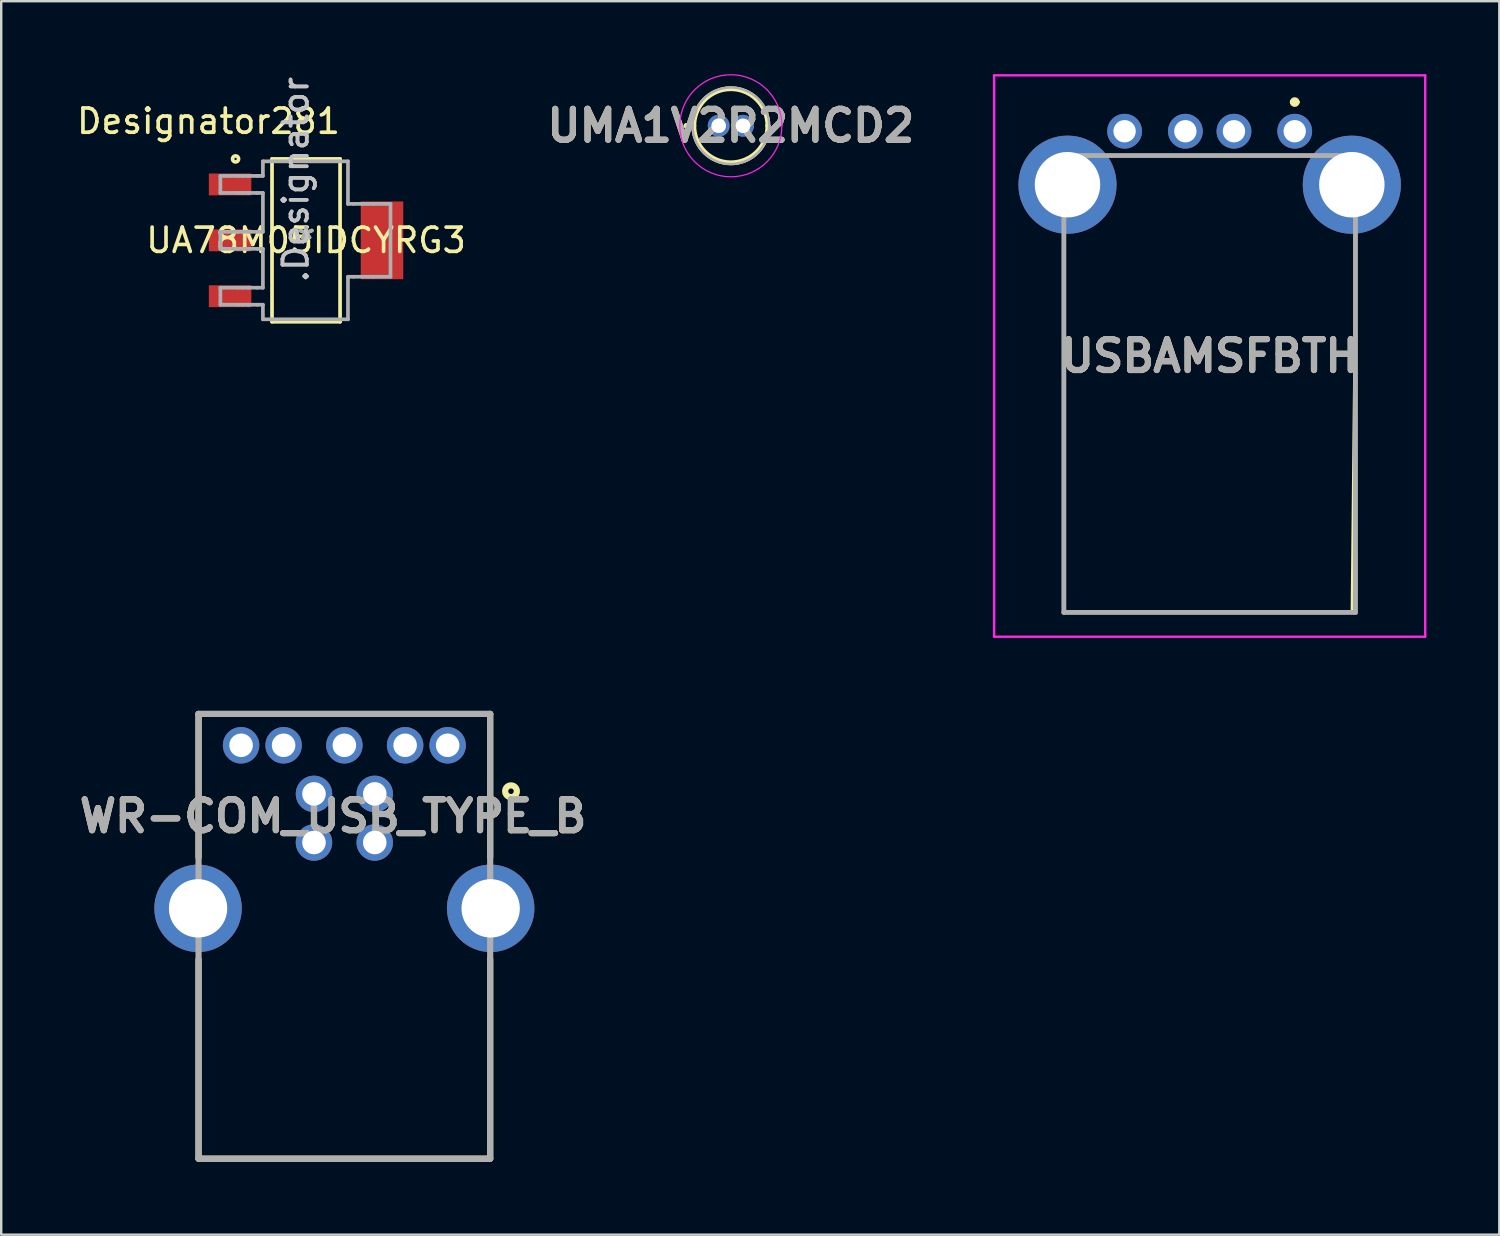
<source format=kicad_pcb>
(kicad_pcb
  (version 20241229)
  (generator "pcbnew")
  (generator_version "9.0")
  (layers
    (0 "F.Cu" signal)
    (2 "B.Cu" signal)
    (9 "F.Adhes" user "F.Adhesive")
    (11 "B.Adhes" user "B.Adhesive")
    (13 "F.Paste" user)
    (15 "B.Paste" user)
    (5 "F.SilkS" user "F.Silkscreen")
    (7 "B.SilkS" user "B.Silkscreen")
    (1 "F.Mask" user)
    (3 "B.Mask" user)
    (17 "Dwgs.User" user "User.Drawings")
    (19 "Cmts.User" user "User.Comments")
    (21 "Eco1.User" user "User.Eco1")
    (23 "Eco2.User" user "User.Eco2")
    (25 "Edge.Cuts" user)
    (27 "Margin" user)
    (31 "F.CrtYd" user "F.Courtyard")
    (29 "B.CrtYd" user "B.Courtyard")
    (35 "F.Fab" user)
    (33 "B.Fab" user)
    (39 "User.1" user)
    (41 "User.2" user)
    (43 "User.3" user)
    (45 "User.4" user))
  (footprint "USBAMSFBTH"
    (layer "F.Cu")
    (at 50.225 2.35)
    (property "Reference" "USBAMSFBTH" (at -3.5 9.25 0) (layer "F.SilkS") (effects (font (size 1.27 1.27) (thickness 0.254))))
    (attr through_hole)
    (fp_line (start -9.5 5.4) (end -9.5 19.8) (stroke (width 0.1) (type solid)) (layer "F.SilkS"))
    (fp_line (start -9.5 19.8) (end 2.35 19.8) (stroke (width 0.1) (type solid)) (layer "F.SilkS"))
    (fp_line (start -6.5 1) (end -0.5 1) (stroke (width 0.1) (type solid)) (layer "F.SilkS"))
    (fp_line (start -0.1 -1.2) (end -0.1 -1.2) (stroke (width 0.2) (type solid)) (layer "F.SilkS"))
    (fp_line (start 0.1 -1.2) (end 0.1 -1.2) (stroke (width 0.2) (type solid)) (layer "F.SilkS"))
    (fp_line (start 2.35 19.8) (end 2.5 5.4) (stroke (width 0.1) (type solid)) (layer "F.SilkS"))
    (fp_arc (start -0.1 -1.2) (mid 0 -1.3) (end 0.1 -1.2) (stroke (width 0.2) (type solid)) (layer "F.SilkS"))
    (fp_arc (start 0.1 -1.2) (mid 0 -1.1) (end -0.1 -1.2) (stroke (width 0.2) (type solid)) (layer "F.SilkS"))
    (fp_line (start -12.369 -2.3) (end 5.369 -2.3) (stroke (width 0.1) (type solid)) (layer "F.CrtYd"))
    (fp_line (start -12.369 20.8) (end -12.369 -2.3) (stroke (width 0.1) (type solid)) (layer "F.CrtYd"))
    (fp_line (start 5.369 -2.3) (end 5.369 20.8) (stroke (width 0.1) (type solid)) (layer "F.CrtYd"))
    (fp_line (start 5.369 20.8) (end -12.369 20.8) (stroke (width 0.1) (type solid)) (layer "F.CrtYd"))
    (fp_line (start -9.5 1) (end 2.5 1) (stroke (width 0.2) (type solid)) (layer "F.Fab"))
    (fp_line (start -9.5 19.8) (end -9.5 1) (stroke (width 0.2) (type solid)) (layer "F.Fab"))
    (fp_line (start 2.5 1) (end 2.5 19.8) (stroke (width 0.2) (type solid)) (layer "F.Fab"))
    (fp_line (start 2.5 19.8) (end -9.5 19.8) (stroke (width 0.2) (type solid)) (layer "F.Fab"))
    (fp_text user "${REFERENCE}" (at -3.5 9.25 0) (layer "F.Fab") (effects (font (size 1.27 1.27) (thickness 0.254))))
    (pad "" np_thru_hole circle (at -5.8 2.2) (size 0.001 0.001) (drill 1.1) (layers "*.Cu" "*.Mask"))
    (pad "" np_thru_hole circle (at -1.2 2.2) (size 0.001 0.001) (drill 1.1) (layers "*.Cu" "*.Mask"))
    (pad "1" thru_hole circle (at 0 0) (size 1.431 1.431) (drill 0.92) (layers "*.Cu" "*.Mask"))
    (pad "2" thru_hole circle (at -2.5 0) (size 1.431 1.431) (drill 0.92) (layers "*.Cu" "*.Mask"))
    (pad "3" thru_hole circle (at -4.5 0) (size 1.431 1.431) (drill 0.92) (layers "*.Cu" "*.Mask"))
    (pad "4" thru_hole circle (at -7 0) (size 1.431 1.431) (drill 0.92) (layers "*.Cu" "*.Mask"))
    (pad "MH1" thru_hole circle (at -9.35 2.2) (size 4.039 4.039) (drill 2.693) (layers "*.Cu" "*.Mask"))
    (pad "MH2" thru_hole circle (at 2.35 2.2) (size 4.039 4.039) (drill 2.693) (layers "*.Cu" "*.Mask")))
  (footprint "WR-COM_USB_TYPE_B"
    (layer "F.Cu")
    (at 11.12 34.327)
    (property "Reference" "WR-COM_USB_TYPE_B" (at -0.464 -3.792 0) (layer "F.SilkS") (effects (font (size 1.27 1.27) (thickness 0.254))))
    (attr through_hole)
    (fp_line (start -6 -8) (end -6 -2.1) (stroke (width 0.254) (type solid)) (layer "F.SilkS"))
    (fp_line (start -6 -8) (end 6 -8) (stroke (width 0.254) (type solid)) (layer "F.SilkS"))
    (fp_line (start -6 10.3) (end -6 2.1) (stroke (width 0.254) (type solid)) (layer "F.SilkS"))
    (fp_line (start 6 -8) (end 6 -2.1) (stroke (width 0.254) (type solid)) (layer "F.SilkS"))
    (fp_line (start 6 10.3) (end -6 10.3) (stroke (width 0.254) (type solid)) (layer "F.SilkS"))
    (fp_line (start 6 10.3) (end 6 2.1) (stroke (width 0.254) (type solid)) (layer "F.SilkS"))
    (fp_circle (center 6.857 -4.819) (end 6.857 -4.705) (stroke (width 0.254) (type solid)) (fill no) (layer "F.SilkS"))
    (fp_line (start -6 -8) (end 6 -8) (stroke (width 0.254) (type solid)) (layer "F.Fab"))
    (fp_line (start -6 10.3) (end -6 -8) (stroke (width 0.254) (type solid)) (layer "F.Fab"))
    (fp_line (start 6 -8) (end 6 10.3) (stroke (width 0.254) (type solid)) (layer "F.Fab"))
    (fp_line (start 6 10.3) (end -6 10.3) (stroke (width 0.254) (type solid)) (layer "F.Fab"))
    (fp_text user "${REFERENCE}" (at -0.464 -3.792 0) (layer "F.Fab") (effects (font (size 1.27 1.27) (thickness 0.254))))
    (pad "1" thru_hole circle (at 1.25 -4.71) (size 1.5 1.5) (drill 0.97) (layers "*.Cu" "*.Mask"))
    (pad "2" thru_hole circle (at -1.25 -4.71) (size 1.5 1.5) (drill 0.97) (layers "*.Cu" "*.Mask"))
    (pad "3" thru_hole circle (at -1.25 -2.71) (size 1.5 1.5) (drill 0.97) (layers "*.Cu" "*.Mask"))
    (pad "4" thru_hole circle (at 1.25 -2.71) (size 1.5 1.5) (drill 0.97) (layers "*.Cu" "*.Mask"))
    (pad "5" thru_hole circle (at -4.25 -6.71) (size 1.5 1.5) (drill 0.97) (layers "*.Cu" "*.Mask"))
    (pad "6" thru_hole circle (at -2.5 -6.71) (size 1.5 1.5) (drill 0.97) (layers "*.Cu" "*.Mask"))
    (pad "7" thru_hole circle (at 0 -6.71) (size 1.5 1.5) (drill 0.97) (layers "*.Cu" "*.Mask"))
    (pad "8" thru_hole circle (at 2.5 -6.71) (size 1.5 1.5) (drill 0.97) (layers "*.Cu" "*.Mask"))
    (pad "9" thru_hole circle (at 4.25 -6.71) (size 1.5 1.5) (drill 0.97) (layers "*.Cu" "*.Mask"))
    (pad "10" thru_hole circle (at 6.02 0) (size 3.6 3.6) (drill 2.4) (layers "*.Cu" "*.Mask"))
    (pad "11" thru_hole circle (at -6.02 0) (size 3.6 3.6) (drill 2.4) (layers "*.Cu" "*.Mask")))
  (footprint "UMA1V2R2MCD2"
    (layer "F.Cu")
    (at 27.023 2.125)
    (property "Reference" "UMA1V2R2MCD2" (at 0 0 0) (layer "F.SilkS") (effects (font (size 1.27 1.27) (thickness 0.254))))
    (attr through_hole)
    (fp_line (start -1.85 -0.05) (end -1.85 -0.05) (stroke (width 0.1) (type solid)) (layer "F.SilkS"))
    (fp_line (start -1.85 0.05) (end -1.85 0.05) (stroke (width 0.1) (type solid)) (layer "F.SilkS"))
    (fp_line (start -1.525 0) (end -1.525 0) (stroke (width 0.2) (type solid)) (layer "F.SilkS"))
    (fp_line (start 1.525 0) (end 1.525 0) (stroke (width 0.2) (type solid)) (layer "F.SilkS"))
    (fp_arc (start -1.85 -0.05) (mid -1.8 0) (end -1.85 0.05) (stroke (width 0.1) (type solid)) (layer "F.SilkS"))
    (fp_arc (start -1.85 0.05) (mid -1.9 0) (end -1.85 -0.05) (stroke (width 0.1) (type solid)) (layer "F.SilkS"))
    (fp_arc (start -1.525 0) (mid 0 -1.525) (end 1.525 0) (stroke (width 0.2) (type solid)) (layer "F.SilkS"))
    (fp_arc (start 1.525 0) (mid 0 1.525) (end -1.525 0) (stroke (width 0.2) (type solid)) (layer "F.SilkS"))
    (fp_line (start -2.1 0) (end -2.1 0) (stroke (width 0.05) (type solid)) (layer "F.CrtYd"))
    (fp_line (start 2.1 0) (end 2.1 0) (stroke (width 0.05) (type solid)) (layer "F.CrtYd"))
    (fp_arc (start -2.1 0) (mid 0 -2.1) (end 2.1 0) (stroke (width 0.05) (type solid)) (layer "F.CrtYd"))
    (fp_arc (start 2.1 0) (mid 0 2.1) (end -2.1 0) (stroke (width 0.05) (type solid)) (layer "F.CrtYd"))
    (fp_line (start -1.575 0) (end -1.575 0) (stroke (width 0.1) (type solid)) (layer "F.Fab"))
    (fp_line (start 1.575 0) (end 1.575 0) (stroke (width 0.1) (type solid)) (layer "F.Fab"))
    (fp_arc (start -1.575 0) (mid 0 -1.575) (end 1.575 0) (stroke (width 0.1) (type solid)) (layer "F.Fab"))
    (fp_arc (start 1.575 0) (mid 0 1.575) (end -1.575 0) (stroke (width 0.1) (type solid)) (layer "F.Fab"))
    (fp_text user "${REFERENCE}" (at 0 0 0) (layer "F.Fab") (effects (font (size 1.27 1.27) (thickness 0.254))))
    (pad "1" thru_hole circle (at -0.5 0) (size 0.9 0.9) (drill 0.6) (layers "*.Cu" "*.Mask"))
    (pad "2" thru_hole circle (at 0.5 0) (size 0.9 0.9) (drill 0.6) (layers "*.Cu" "*.Mask")))
  (footprint "UA78M05IDCYRG3"
    (layer "F.Cu")
    (at 9.543 6.839)
    (property "Reference" "UA78M05IDCYRG3" (at 0 0 0) (layer "F.SilkS") (effects (font (size 1 1) (thickness 0.15))))
    (attr through_hole)
    (fp_line (start -1.4 -3.35) (end 1.4 -3.35) (stroke (width 0.152) (type solid)) (layer "F.SilkS"))
    (fp_line (start -1.4 3.35) (end -1.4 -3.35) (stroke (width 0.152) (type solid)) (layer "F.SilkS"))
    (fp_line (start -1.4 3.35) (end 1.4 3.35) (stroke (width 0.152) (type solid)) (layer "F.SilkS"))
    (fp_line (start 1.4 3.35) (end 1.4 -3.35) (stroke (width 0.152) (type solid)) (layer "F.SilkS"))
    (fp_circle (center -2.9 -3.35) (end -2.775 -3.35) (stroke (width 0.152) (type solid)) (fill no) (layer "F.SilkS"))
    (fp_line (start -3.525 -2.65) (end -2.797 -2.65) (stroke (width 0.152) (type solid)) (layer "F.Fab"))
    (fp_line (start -3.525 -1.95) (end -3.525 -2.65) (stroke (width 0.152) (type solid)) (layer "F.Fab"))
    (fp_line (start -3.525 -1.95) (end -2.797 -1.95) (stroke (width 0.152) (type solid)) (layer "F.Fab"))
    (fp_line (start -3.525 -0.35) (end -2.797 -0.35) (stroke (width 0.152) (type solid)) (layer "F.Fab"))
    (fp_line (start -3.525 0.35) (end -3.525 -0.35) (stroke (width 0.152) (type solid)) (layer "F.Fab"))
    (fp_line (start -3.525 0.35) (end -2.797 0.35) (stroke (width 0.152) (type solid)) (layer "F.Fab"))
    (fp_line (start -3.525 1.95) (end -2.797 1.95) (stroke (width 0.152) (type solid)) (layer "F.Fab"))
    (fp_line (start -3.525 2.65) (end -3.525 1.95) (stroke (width 0.152) (type solid)) (layer "F.Fab"))
    (fp_line (start -3.525 2.65) (end -2.797 2.65) (stroke (width 0.152) (type solid)) (layer "F.Fab"))
    (fp_line (start -2.797 -2.65) (end -2.612 -2.65) (stroke (width 0.152) (type solid)) (layer "F.Fab"))
    (fp_line (start -2.797 -1.95) (end -2.612 -1.95) (stroke (width 0.152) (type solid)) (layer "F.Fab"))
    (fp_line (start -2.797 -0.35) (end -2.612 -0.35) (stroke (width 0.152) (type solid)) (layer "F.Fab"))
    (fp_line (start -2.797 0.35) (end -2.612 0.35) (stroke (width 0.152) (type solid)) (layer "F.Fab"))
    (fp_line (start -2.797 1.95) (end -2.612 1.95) (stroke (width 0.152) (type solid)) (layer "F.Fab"))
    (fp_line (start -2.797 2.65) (end -2.612 2.65) (stroke (width 0.152) (type solid)) (layer "F.Fab"))
    (fp_line (start -2.612 -2.65) (end -2.374 -2.65) (stroke (width 0.152) (type solid)) (layer "F.Fab"))
    (fp_line (start -2.612 -1.95) (end -2.374 -1.95) (stroke (width 0.152) (type solid)) (layer "F.Fab"))
    (fp_line (start -2.612 -0.35) (end -2.374 -0.35) (stroke (width 0.152) (type solid)) (layer "F.Fab"))
    (fp_line (start -2.612 0.35) (end -2.374 0.35) (stroke (width 0.152) (type solid)) (layer "F.Fab"))
    (fp_line (start -2.612 1.95) (end -2.374 1.95) (stroke (width 0.152) (type solid)) (layer "F.Fab"))
    (fp_line (start -2.612 2.65) (end -2.374 2.65) (stroke (width 0.152) (type solid)) (layer "F.Fab"))
    (fp_line (start -2.374 -2.65) (end -2.003 -2.65) (stroke (width 0.152) (type solid)) (layer "F.Fab"))
    (fp_line (start -2.374 -1.95) (end -2.003 -1.95) (stroke (width 0.152) (type solid)) (layer "F.Fab"))
    (fp_line (start -2.374 -0.35) (end -2.003 -0.35) (stroke (width 0.152) (type solid)) (layer "F.Fab"))
    (fp_line (start -2.374 0.35) (end -2.003 0.35) (stroke (width 0.152) (type solid)) (layer "F.Fab"))
    (fp_line (start -2.374 1.95) (end -2.003 1.95) (stroke (width 0.152) (type solid)) (layer "F.Fab"))
    (fp_line (start -2.374 2.65) (end -2.003 2.65) (stroke (width 0.152) (type solid)) (layer "F.Fab"))
    (fp_line (start -2.003 -2.65) (end -1.775 -2.65) (stroke (width 0.152) (type solid)) (layer "F.Fab"))
    (fp_line (start -2.003 -1.95) (end -1.775 -1.95) (stroke (width 0.152) (type solid)) (layer "F.Fab"))
    (fp_line (start -2.003 -0.35) (end -1.775 -0.35) (stroke (width 0.152) (type solid)) (layer "F.Fab"))
    (fp_line (start -2.003 0.35) (end -1.775 0.35) (stroke (width 0.152) (type solid)) (layer "F.Fab"))
    (fp_line (start -2.003 1.95) (end -1.775 1.95) (stroke (width 0.152) (type solid)) (layer "F.Fab"))
    (fp_line (start -2.003 2.65) (end -1.775 2.65) (stroke (width 0.152) (type solid)) (layer "F.Fab"))
    (fp_line (start -1.775 -3.25) (end 1.725 -3.25) (stroke (width 0.152) (type solid)) (layer "F.Fab"))
    (fp_line (start -1.775 -2.65) (end -1.775 -3.25) (stroke (width 0.152) (type solid)) (layer "F.Fab"))
    (fp_line (start -1.775 -0.35) (end -1.775 -1.95) (stroke (width 0.152) (type solid)) (layer "F.Fab"))
    (fp_line (start -1.775 1.95) (end -1.775 0.35) (stroke (width 0.152) (type solid)) (layer "F.Fab"))
    (fp_line (start -1.775 3.25) (end -1.775 2.65) (stroke (width 0.152) (type solid)) (layer "F.Fab"))
    (fp_line (start -1.775 3.25) (end 1.725 3.25) (stroke (width 0.152) (type solid)) (layer "F.Fab"))
    (fp_line (start 1.725 -1.5) (end 1.725 -3.25) (stroke (width 0.152) (type solid)) (layer "F.Fab"))
    (fp_line (start 1.725 -1.5) (end 1.953 -1.5) (stroke (width 0.152) (type solid)) (layer "F.Fab"))
    (fp_line (start 1.725 1.5) (end 1.953 1.5) (stroke (width 0.152) (type solid)) (layer "F.Fab"))
    (fp_line (start 1.725 3.25) (end 1.725 1.5) (stroke (width 0.152) (type solid)) (layer "F.Fab"))
    (fp_line (start 1.953 -1.5) (end 2.324 -1.5) (stroke (width 0.152) (type solid)) (layer "F.Fab"))
    (fp_line (start 1.953 1.5) (end 2.324 1.5) (stroke (width 0.152) (type solid)) (layer "F.Fab"))
    (fp_line (start 2.324 -1.5) (end 2.562 -1.5) (stroke (width 0.152) (type solid)) (layer "F.Fab"))
    (fp_line (start 2.324 1.5) (end 2.562 1.5) (stroke (width 0.152) (type solid)) (layer "F.Fab"))
    (fp_line (start 2.562 -1.5) (end 2.747 -1.5) (stroke (width 0.152) (type solid)) (layer "F.Fab"))
    (fp_line (start 2.562 1.5) (end 2.747 1.5) (stroke (width 0.152) (type solid)) (layer "F.Fab"))
    (fp_line (start 2.747 -1.5) (end 3.475 -1.5) (stroke (width 0.152) (type solid)) (layer "F.Fab"))
    (fp_line (start 2.747 1.5) (end 3.475 1.5) (stroke (width 0.152) (type solid)) (layer "F.Fab"))
    (fp_line (start 3.475 1.5) (end 3.475 -1.5) (stroke (width 0.152) (type solid)) (layer "F.Fab"))
    (fp_text user "Designator281" (at -4.013 -4.902 0) (layer "F.SilkS") (effects (font (size 1 1) (thickness 0.15))))
    (fp_text user "*" (at 0 0 0) (layer "F.SilkS") (effects (font (size 1 1) (thickness 0.15))))
    (fp_text user ".Designator" (at -0.425 -2.5 270) (layer "Dwgs.User") (effects (font (size 1 1) (thickness 0.15))))
    (fp_text user "Copyright 2016 Accelerated Designs. All rights reserved." (at 0 0 0) (layer "Cmts.User") (effects (font (size 0.127 0.127) (thickness 0.002))))
    (fp_text user ".Designator" (at -0.425 -2.5 270) (layer "F.Fab") (effects (font (size 1 1) (thickness 0.15))))
    (fp_text user "*" (at 0 0 0) (layer "F.Fab") (effects (font (size 1 1) (thickness 0.15))))
    (pad "1" smd rect (at -3.125 -2.3 90) (size 0.9 1.75) (layers "F.Cu" "F.Mask" "F.Paste"))
    (pad "2" smd rect (at -3.125 0 90) (size 0.9 1.75) (layers "F.Cu" "F.Mask" "F.Paste"))
    (pad "3" smd rect (at -3.125 2.3 90) (size 0.9 1.75) (layers "F.Cu" "F.Mask" "F.Paste"))
    (pad "4" smd rect (at 3.125 0 90) (size 3.2 1.75) (layers "F.Cu" "F.Mask" "F.Paste")))
  (gr_rect
    (start -3 -3)
    (end 58.644 47.754)
    (stroke (width 0.1) (type default))
    (fill no)
    (layer "Edge.Cuts")))
</source>
